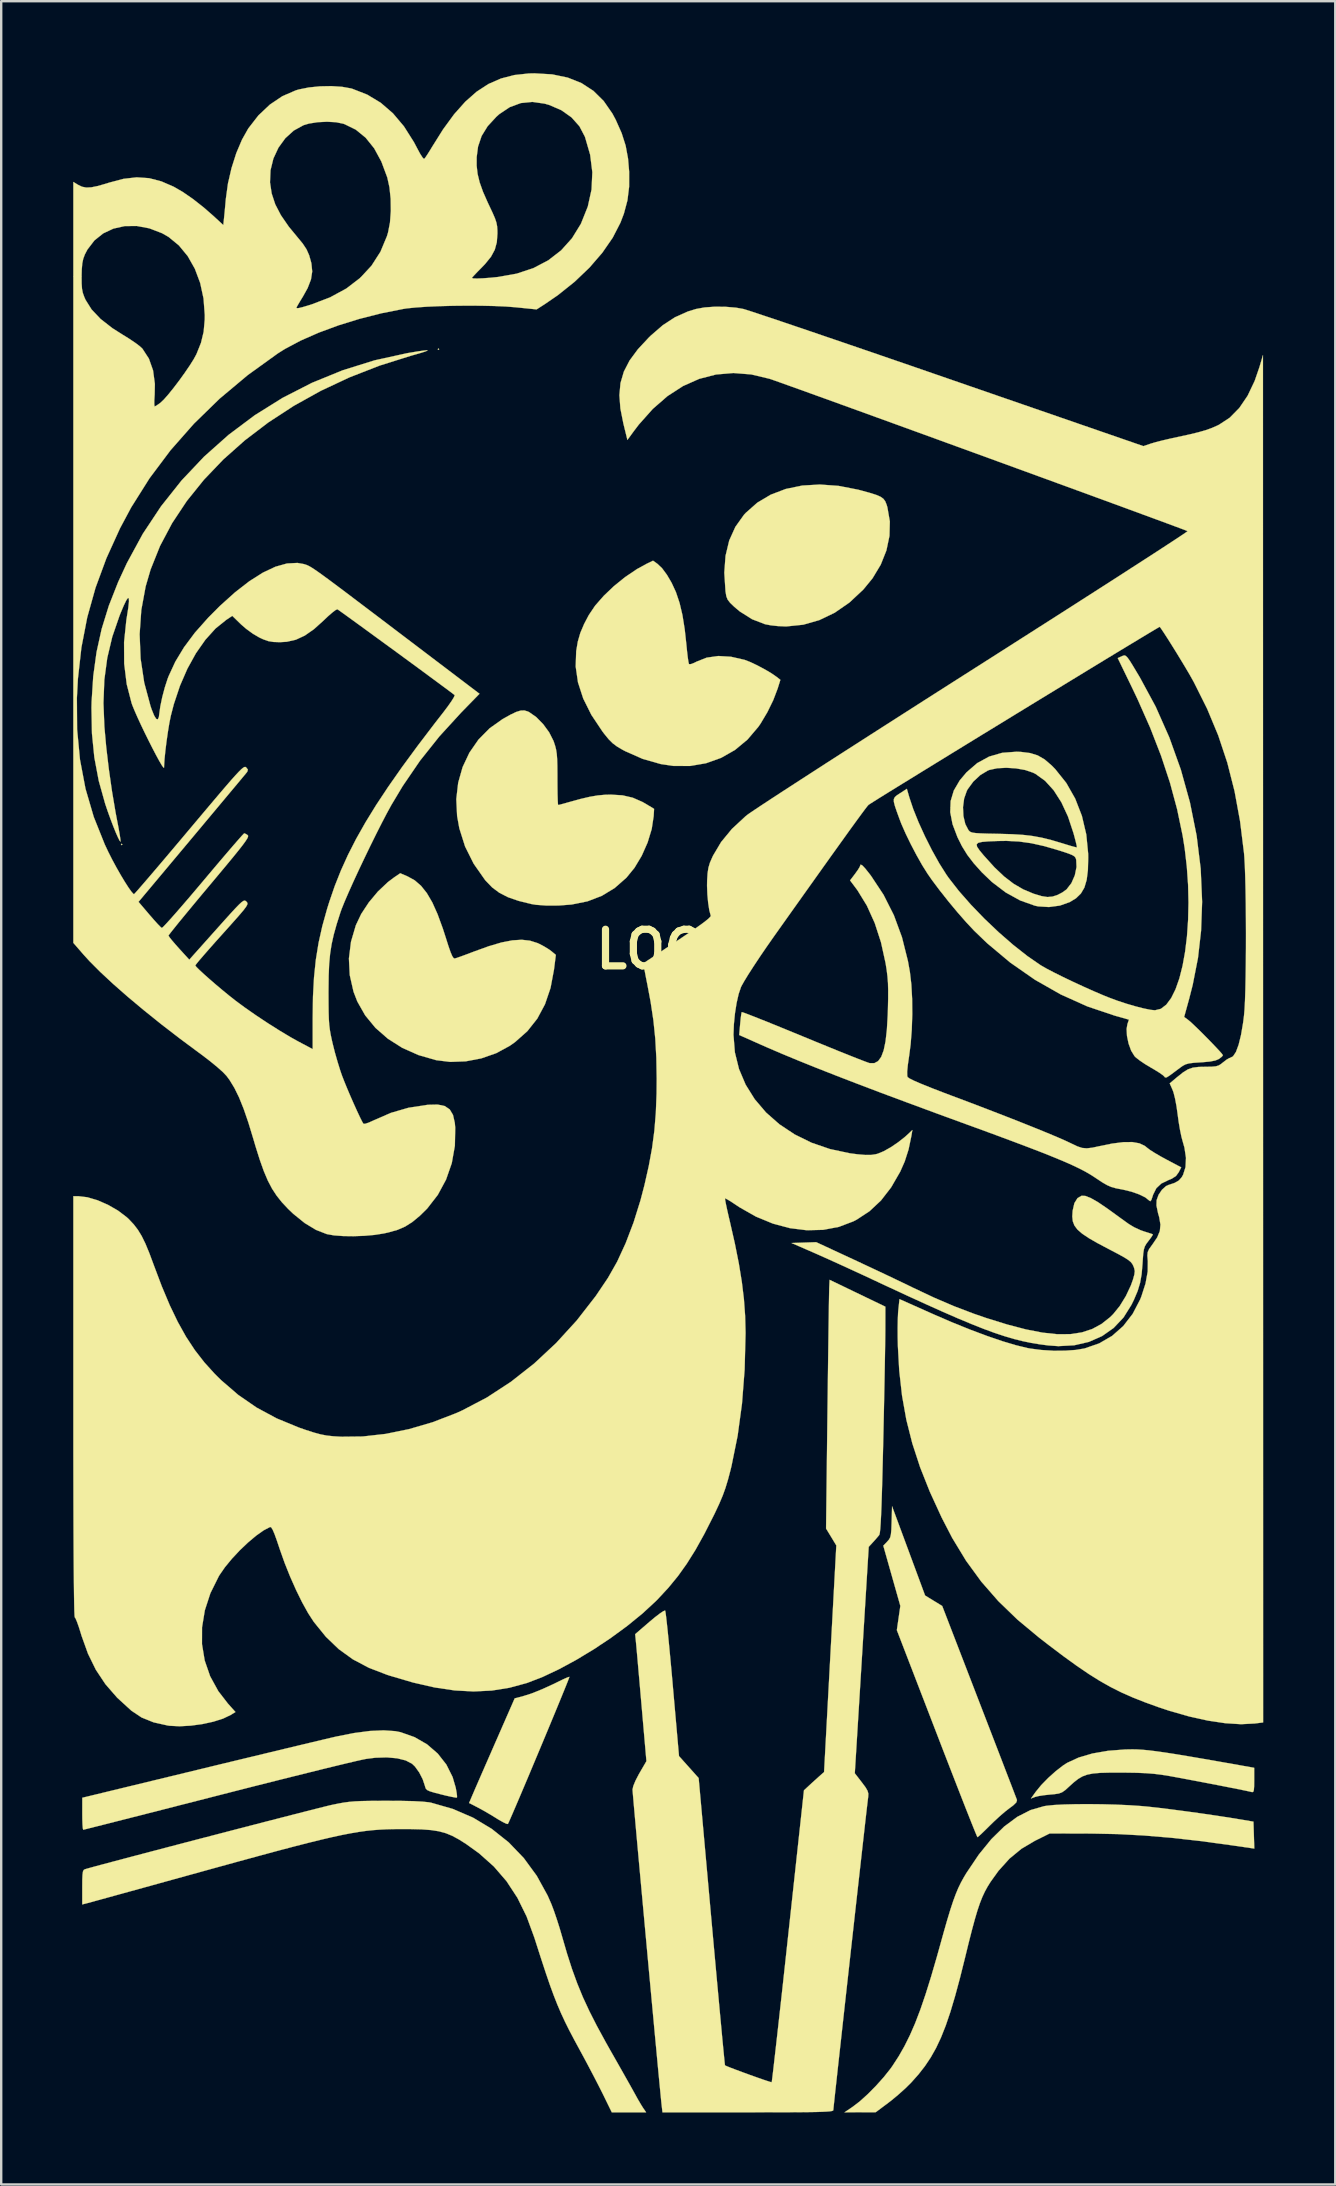
<source format=kicad_pcb>
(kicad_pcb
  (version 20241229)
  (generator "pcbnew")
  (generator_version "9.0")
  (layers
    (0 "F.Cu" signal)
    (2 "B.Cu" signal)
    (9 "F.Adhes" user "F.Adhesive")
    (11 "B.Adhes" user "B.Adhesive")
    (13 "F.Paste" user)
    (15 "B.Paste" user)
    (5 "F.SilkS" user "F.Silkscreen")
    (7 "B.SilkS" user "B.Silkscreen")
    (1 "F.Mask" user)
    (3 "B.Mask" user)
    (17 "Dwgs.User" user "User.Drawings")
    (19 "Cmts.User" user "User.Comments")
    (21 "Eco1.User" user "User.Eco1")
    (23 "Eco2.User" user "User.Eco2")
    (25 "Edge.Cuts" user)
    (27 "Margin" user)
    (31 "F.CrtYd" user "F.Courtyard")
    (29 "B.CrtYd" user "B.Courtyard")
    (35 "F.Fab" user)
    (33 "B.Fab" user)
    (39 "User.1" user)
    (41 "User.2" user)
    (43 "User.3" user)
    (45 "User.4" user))
  (footprint "LOGO"
    (layer "F.Cu")
    (at 24.785 36.493)
    (property "Reference" "LOGO" (at 0 0 0) (layer "F.SilkS") (effects (font (size 1.524 1.524) (thickness 0.3))))
    (attr through_hole)
    (fp_poly (pts (xy -22.736 -4.368) (xy -22.767 -4.337) (xy -22.798 -4.368) (xy -22.767 -4.399) (xy -22.736 -4.368)) (stroke (width 0.01) (type solid)) (fill yes) (layer "F.SilkS"))
    (fp_poly (pts (xy -9.54 -24.997) (xy -9.571 -24.966) (xy -9.602 -24.997) (xy -9.571 -25.028) (xy -9.54 -24.997)) (stroke (width 0.01) (type solid)) (fill yes) (layer "F.SilkS"))
    (fp_poly (pts (xy -4.117 30.307) (xy -4.136 30.366) (xy -4.198 30.527) (xy -4.298 30.776) (xy -4.43 31.1) (xy -4.589 31.488) (xy -4.77 31.926) (xy -4.967 32.401) (xy -5.175 32.9) (xy -5.389 33.412) (xy -5.603 33.922) (xy -5.811 34.419) (xy -6.01 34.889) (xy -6.192 35.319) (xy -6.354 35.698) (xy -6.489 36.012) (xy -6.592 36.248) (xy -6.658 36.393) (xy -6.68 36.436) (xy -6.748 36.423) (xy -6.891 36.354) (xy -7.084 36.244) (xy -7.155 36.199) (xy -7.418 36.038) (xy -7.697 35.876) (xy -7.934 35.747) (xy -7.943 35.742) (xy -8.296 35.561) (xy -8.117 35.142) (xy -8.047 34.979) (xy -7.934 34.72) (xy -7.788 34.385) (xy -7.616 33.991) (xy -7.426 33.557) (xy -7.227 33.101) (xy -7.166 32.963) (xy -6.395 31.202) (xy -6.081 31.122) (xy -5.706 31.004) (xy -5.254 30.823) (xy -4.745 30.59) (xy -4.563 30.5) (xy -4.359 30.401) (xy -4.202 30.332) (xy -4.122 30.306) (xy -4.117 30.307)) (stroke (width 0.01) (type solid)) (fill yes) (layer "F.SilkS"))
    (fp_poly (pts (xy 7.094 -19.304) (xy 7.907 -19.146) (xy 8.03 -19.114) (xy 8.394 -19.014) (xy 8.658 -18.931) (xy 8.84 -18.853) (xy 8.961 -18.768) (xy 9.039 -18.664) (xy 9.095 -18.527) (xy 9.129 -18.414) (xy 9.231 -17.825) (xy 9.216 -17.221) (xy 9.089 -16.616) (xy 8.853 -16.023) (xy 8.511 -15.454) (xy 8.125 -14.983) (xy 7.549 -14.445) (xy 6.936 -14.021) (xy 6.293 -13.712) (xy 5.624 -13.521) (xy 4.934 -13.45) (xy 4.863 -13.45) (xy 4.571 -13.463) (xy 4.275 -13.495) (xy 4.039 -13.54) (xy 4.033 -13.541) (xy 3.493 -13.749) (xy 2.983 -14.071) (xy 2.753 -14.264) (xy 2.579 -14.431) (xy 2.477 -14.562) (xy 2.421 -14.702) (xy 2.389 -14.893) (xy 2.386 -14.911) (xy 2.336 -15.687) (xy 2.388 -16.393) (xy 2.541 -17.03) (xy 2.798 -17.599) (xy 3.156 -18.1) (xy 3.228 -18.178) (xy 3.711 -18.605) (xy 4.27 -18.937) (xy 4.896 -19.175) (xy 5.581 -19.317) (xy 6.316 -19.36) (xy 7.094 -19.304)) (stroke (width 0.01) (type solid)) (fill yes) (layer "F.SilkS"))
    (fp_poly (pts (xy 10.012 25.059) (xy 10.7 26.918) (xy 11.057 27.136) (xy 11.413 27.354) (xy 12.954 31.349) (xy 13.213 32.02) (xy 13.459 32.658) (xy 13.689 33.254) (xy 13.899 33.799) (xy 14.084 34.282) (xy 14.243 34.694) (xy 14.37 35.025) (xy 14.462 35.266) (xy 14.516 35.407) (xy 14.528 35.441) (xy 14.501 35.535) (xy 14.366 35.666) (xy 14.234 35.763) (xy 14.051 35.904) (xy 13.817 36.104) (xy 13.569 36.333) (xy 13.412 36.486) (xy 13.212 36.684) (xy 13.045 36.845) (xy 12.928 36.951) (xy 12.882 36.985) (xy 12.854 36.928) (xy 12.786 36.765) (xy 12.68 36.504) (xy 12.541 36.155) (xy 12.371 35.726) (xy 12.175 35.225) (xy 11.956 34.663) (xy 11.717 34.048) (xy 11.461 33.389) (xy 11.194 32.695) (xy 11.185 32.672) (xy 9.523 28.36) (xy 9.596 27.856) (xy 9.669 27.351) (xy 9.314 26.097) (xy 8.959 24.843) (xy 9.124 24.671) (xy 9.198 24.586) (xy 9.247 24.495) (xy 9.276 24.371) (xy 9.294 24.185) (xy 9.304 23.909) (xy 9.306 23.85) (xy 9.324 23.201) (xy 10.012 25.059)) (stroke (width 0.01) (type solid)) (fill yes) (layer "F.SilkS"))
    (fp_poly (pts (xy -10.85 -3.033) (xy -10.559 -2.872) (xy -10.297 -2.645) (xy -10.055 -2.341) (xy -9.827 -1.951) (xy -9.608 -1.463) (xy -9.39 -0.867) (xy -9.27 -0.496) (xy -9.156 -0.137) (xy -9.068 0.116) (xy -8.999 0.278) (xy -8.944 0.363) (xy -8.896 0.384) (xy -8.892 0.384) (xy -8.798 0.355) (xy -8.615 0.291) (xy -8.369 0.2) (xy -8.087 0.093) (xy -7.473 -0.129) (xy -6.947 -0.284) (xy -6.495 -0.372) (xy -6.104 -0.397) (xy -5.759 -0.359) (xy -5.446 -0.26) (xy -5.386 -0.233) (xy -5.165 -0.117) (xy -4.961 0.009) (xy -4.865 0.08) (xy -4.681 0.233) (xy -4.758 0.844) (xy -4.902 1.61) (xy -5.133 2.289) (xy -5.454 2.888) (xy -5.869 3.412) (xy -6.381 3.866) (xy -6.604 4.023) (xy -7.166 4.328) (xy -7.786 4.544) (xy -8.435 4.667) (xy -9.083 4.691) (xy -9.664 4.619) (xy -10.401 4.407) (xy -11.075 4.108) (xy -11.676 3.727) (xy -12.195 3.273) (xy -12.623 2.753) (xy -12.951 2.175) (xy -13.109 1.766) (xy -13.266 1.075) (xy -13.301 0.383) (xy -13.214 -0.316) (xy -13.012 -1.002) (xy -12.787 -1.475) (xy -12.471 -1.954) (xy -12.093 -2.407) (xy -11.678 -2.799) (xy -11.42 -2.993) (xy -11.163 -3.168) (xy -10.85 -3.033)) (stroke (width 0.01) (type solid)) (fill yes) (layer "F.SilkS"))
    (fp_poly (pts (xy 19.536 33.33) (xy 19.759 33.344) (xy 20.018 33.368) (xy 20.325 33.406) (xy 20.693 33.458) (xy 21.132 33.526) (xy 21.656 33.613) (xy 22.275 33.719) (xy 23.003 33.846) (xy 23.123 33.867) (xy 24.409 34.095) (xy 24.409 34.615) (xy 24.406 34.868) (xy 24.395 35.02) (xy 24.371 35.093) (xy 24.329 35.109) (xy 24.3 35.103) (xy 24.198 35.079) (xy 23.994 35.036) (xy 23.707 34.978) (xy 23.355 34.908) (xy 22.959 34.83) (xy 22.538 34.749) (xy 22.111 34.667) (xy 21.697 34.589) (xy 21.316 34.517) (xy 20.987 34.457) (xy 20.878 34.437) (xy 20.546 34.384) (xy 20.229 34.345) (xy 19.893 34.319) (xy 19.507 34.303) (xy 19.04 34.296) (xy 18.864 34.295) (xy 18.379 34.296) (xy 17.996 34.306) (xy 17.696 34.332) (xy 17.456 34.379) (xy 17.257 34.452) (xy 17.078 34.557) (xy 16.896 34.699) (xy 16.711 34.866) (xy 16.54 35.022) (xy 16.407 35.115) (xy 16.268 35.167) (xy 16.078 35.195) (xy 15.914 35.209) (xy 15.66 35.236) (xy 15.434 35.271) (xy 15.283 35.308) (xy 15.275 35.311) (xy 15.109 35.374) (xy 15.314 35.088) (xy 15.541 34.811) (xy 15.833 34.513) (xy 16.151 34.228) (xy 16.458 33.991) (xy 16.621 33.887) (xy 17.097 33.668) (xy 17.671 33.499) (xy 18.324 33.386) (xy 19.039 33.331) (xy 19.337 33.326) (xy 19.536 33.33)) (stroke (width 0.01) (type solid)) (fill yes) (layer "F.SilkS"))
    (fp_poly (pts (xy -0.447 -16.055) (xy -0.256 -15.873) (xy -0.054 -15.6) (xy 0.142 -15.265) (xy 0.313 -14.896) (xy 0.326 -14.864) (xy 0.473 -14.426) (xy 0.592 -13.923) (xy 0.686 -13.336) (xy 0.754 -12.716) (xy 0.784 -12.414) (xy 0.814 -12.158) (xy 0.842 -11.972) (xy 0.864 -11.881) (xy 0.866 -11.878) (xy 0.939 -11.878) (xy 1.08 -11.931) (xy 1.185 -11.984) (xy 1.603 -12.149) (xy 2.085 -12.217) (xy 2.615 -12.186) (xy 3.181 -12.057) (xy 3.19 -12.054) (xy 3.424 -11.963) (xy 3.716 -11.824) (xy 4.025 -11.659) (xy 4.307 -11.492) (xy 4.52 -11.344) (xy 4.672 -11.224) (xy 4.559 -10.862) (xy 4.376 -10.381) (xy 4.128 -9.874) (xy 3.844 -9.397) (xy 3.752 -9.265) (xy 3.302 -8.736) (xy 2.782 -8.304) (xy 2.202 -7.974) (xy 1.574 -7.75) (xy 0.91 -7.636) (xy 0.222 -7.637) (xy -0.31 -7.716) (xy -1.065 -7.931) (xy -1.789 -8.251) (xy -1.904 -8.312) (xy -2.132 -8.446) (xy -2.313 -8.582) (xy -2.481 -8.749) (xy -2.669 -8.98) (xy -2.74 -9.074) (xy -3.202 -9.766) (xy -3.541 -10.446) (xy -3.759 -11.117) (xy -3.855 -11.78) (xy -3.833 -12.423) (xy -3.766 -12.819) (xy -3.661 -13.181) (xy -3.502 -13.555) (xy -3.31 -13.92) (xy -3.045 -14.314) (xy -2.686 -14.724) (xy -2.26 -15.13) (xy -1.791 -15.508) (xy -1.305 -15.836) (xy -0.908 -16.054) (xy -0.633 -16.187) (xy -0.447 -16.055)) (stroke (width 0.01) (type solid)) (fill yes) (layer "F.SilkS"))
    (fp_poly (pts (xy -5.848 -9.906) (xy -5.789 -9.877) (xy -5.495 -9.67) (xy -5.208 -9.377) (xy -4.96 -9.037) (xy -4.782 -8.687) (xy -4.761 -8.63) (xy -4.707 -8.464) (xy -4.669 -8.309) (xy -4.643 -8.138) (xy -4.627 -7.927) (xy -4.619 -7.652) (xy -4.616 -7.287) (xy -4.616 -7.109) (xy -4.614 -6.755) (xy -4.61 -6.449) (xy -4.603 -6.209) (xy -4.594 -6.057) (xy -4.585 -6.009) (xy -4.514 -6.025) (xy -4.357 -6.067) (xy -4.145 -6.127) (xy -4.12 -6.134) (xy -3.651 -6.263) (xy -3.267 -6.353) (xy -2.937 -6.409) (xy -2.63 -6.437) (xy -2.393 -6.443) (xy -1.903 -6.413) (xy -1.478 -6.315) (xy -1.074 -6.138) (xy -0.929 -6.055) (xy -0.589 -5.85) (xy -0.607 -5.542) (xy -0.688 -5.008) (xy -0.859 -4.448) (xy -1.103 -3.897) (xy -1.405 -3.394) (xy -1.741 -2.983) (xy -2.23 -2.553) (xy -2.766 -2.227) (xy -3.36 -1.999) (xy -4.023 -1.865) (xy -4.553 -1.824) (xy -5.078 -1.822) (xy -5.506 -1.853) (xy -5.7 -1.885) (xy -6.237 -2.018) (xy -6.674 -2.169) (xy -7.032 -2.352) (xy -7.334 -2.577) (xy -7.603 -2.856) (xy -7.633 -2.892) (xy -8.105 -3.566) (xy -8.462 -4.281) (xy -8.701 -5.036) (xy -8.794 -5.551) (xy -8.828 -6.255) (xy -8.749 -6.939) (xy -8.565 -7.589) (xy -8.281 -8.192) (xy -7.903 -8.737) (xy -7.437 -9.208) (xy -6.903 -9.587) (xy -6.579 -9.769) (xy -6.335 -9.886) (xy -6.146 -9.944) (xy -5.991 -9.949) (xy -5.848 -9.906)) (stroke (width 0.01) (type solid)) (fill yes) (layer "F.SilkS"))
    (fp_poly (pts (xy -11.371 32.568) (xy -11.151 32.611) (xy -10.565 32.818) (xy -10.044 33.119) (xy -9.599 33.504) (xy -9.242 33.96) (xy -8.982 34.479) (xy -8.852 34.923) (xy -8.815 35.127) (xy -8.797 35.276) (xy -8.801 35.336) (xy -8.868 35.333) (xy -9.029 35.303) (xy -9.258 35.253) (xy -9.46 35.203) (xy -9.743 35.13) (xy -9.928 35.074) (xy -10.038 35.023) (xy -10.096 34.966) (xy -10.125 34.89) (xy -10.134 34.852) (xy -10.228 34.57) (xy -10.375 34.284) (xy -10.55 34.042) (xy -10.671 33.926) (xy -10.936 33.788) (xy -11.295 33.699) (xy -11.725 33.661) (xy -12.206 33.676) (xy -12.582 33.724) (xy -12.737 33.755) (xy -13.002 33.814) (xy -13.368 33.9) (xy -13.824 34.01) (xy -14.362 34.141) (xy -14.971 34.292) (xy -15.642 34.459) (xy -16.365 34.64) (xy -17.131 34.833) (xy -17.929 35.036) (xy -18.75 35.246) (xy -18.777 35.253) (xy -19.583 35.459) (xy -20.355 35.656) (xy -21.084 35.843) (xy -21.762 36.016) (xy -22.38 36.173) (xy -22.93 36.313) (xy -23.404 36.434) (xy -23.793 36.532) (xy -24.088 36.606) (xy -24.282 36.655) (xy -24.366 36.675) (xy -24.368 36.675) (xy -24.385 36.617) (xy -24.398 36.461) (xy -24.406 36.231) (xy -24.408 36.009) (xy -24.407 35.343) (xy -19.56 34.169) (xy -18.781 33.98) (xy -18.018 33.796) (xy -17.282 33.619) (xy -16.585 33.451) (xy -15.938 33.295) (xy -15.352 33.155) (xy -14.838 33.032) (xy -14.409 32.93) (xy -14.075 32.851) (xy -13.848 32.798) (xy -13.815 32.791) (xy -13.087 32.647) (xy -12.43 32.561) (xy -11.854 32.535) (xy -11.371 32.568)) (stroke (width 0.01) (type solid)) (fill yes) (layer "F.SilkS"))
    (fp_poly (pts (xy 18.08 35.614) (xy 18.645 35.629) (xy 19.186 35.653) (xy 19.681 35.686) (xy 19.948 35.71) (xy 20.416 35.761) (xy 20.973 35.83) (xy 21.589 35.911) (xy 22.231 36) (xy 22.867 36.093) (xy 23.466 36.186) (xy 23.913 36.259) (xy 24.378 36.338) (xy 24.413 37.46) (xy 23.435 37.318) (xy 22.146 37.143) (xy 20.948 37.009) (xy 19.819 36.915) (xy 18.735 36.857) (xy 17.671 36.835) (xy 17.594 36.835) (xy 15.89 36.83) (xy 15.272 37.137) (xy 14.713 37.468) (xy 14.213 37.88) (xy 13.755 38.389) (xy 13.429 38.843) (xy 13.302 39.046) (xy 13.189 39.253) (xy 13.084 39.477) (xy 12.983 39.734) (xy 12.88 40.039) (xy 12.771 40.407) (xy 12.651 40.852) (xy 12.514 41.389) (xy 12.364 42.003) (xy 12.15 42.861) (xy 11.948 43.609) (xy 11.754 44.261) (xy 11.561 44.829) (xy 11.364 45.326) (xy 11.157 45.766) (xy 10.935 46.16) (xy 10.692 46.523) (xy 10.423 46.868) (xy 10.121 47.206) (xy 10.112 47.216) (xy 9.871 47.454) (xy 9.577 47.717) (xy 9.282 47.962) (xy 9.172 48.046) (xy 8.642 48.443) (xy 7.993 48.445) (xy 7.343 48.446) (xy 7.683 48.217) (xy 7.977 47.992) (xy 8.31 47.691) (xy 8.654 47.343) (xy 8.98 46.979) (xy 9.26 46.626) (xy 9.344 46.508) (xy 9.602 46.11) (xy 9.841 45.69) (xy 10.067 45.236) (xy 10.286 44.733) (xy 10.502 44.168) (xy 10.721 43.527) (xy 10.949 42.798) (xy 11.191 41.966) (xy 11.302 41.569) (xy 11.474 40.95) (xy 11.622 40.434) (xy 11.751 40.008) (xy 11.867 39.655) (xy 11.976 39.359) (xy 12.082 39.105) (xy 12.192 38.878) (xy 12.311 38.661) (xy 12.419 38.481) (xy 12.936 37.712) (xy 13.461 37.066) (xy 13.995 36.542) (xy 14.538 36.139) (xy 15.092 35.856) (xy 15.658 35.693) (xy 15.767 35.676) (xy 16.08 35.644) (xy 16.492 35.623) (xy 16.979 35.611) (xy 17.517 35.608) (xy 18.08 35.614)) (stroke (width 0.01) (type solid)) (fill yes) (layer "F.SilkS"))
    (fp_poly (pts (xy 17.377 10.274) (xy 17.605 10.364) (xy 17.908 10.537) (xy 18.291 10.798) (xy 18.361 10.848) (xy 18.62 11.036) (xy 18.875 11.221) (xy 19.089 11.375) (xy 19.184 11.444) (xy 19.41 11.579) (xy 19.678 11.702) (xy 19.813 11.75) (xy 20.004 11.81) (xy 20.141 11.855) (xy 20.188 11.873) (xy 20.166 11.926) (xy 20.085 12.044) (xy 20.004 12.15) (xy 19.913 12.271) (xy 19.852 12.38) (xy 19.812 12.508) (xy 19.786 12.685) (xy 19.767 12.941) (xy 19.757 13.097) (xy 19.72 13.532) (xy 19.656 13.894) (xy 19.554 14.233) (xy 19.399 14.599) (xy 19.294 14.813) (xy 18.965 15.338) (xy 18.556 15.772) (xy 18.072 16.112) (xy 17.522 16.354) (xy 16.912 16.495) (xy 16.25 16.531) (xy 15.829 16.501) (xy 15.47 16.454) (xy 15.119 16.396) (xy 14.766 16.323) (xy 14.401 16.232) (xy 14.015 16.118) (xy 13.598 15.98) (xy 13.141 15.812) (xy 12.635 15.611) (xy 12.069 15.375) (xy 11.434 15.098) (xy 10.722 14.778) (xy 9.921 14.412) (xy 9.023 13.995) (xy 8.611 13.802) (xy 8.134 13.579) (xy 7.64 13.351) (xy 7.156 13.129) (xy 6.708 12.926) (xy 6.322 12.753) (xy 6.053 12.634) (xy 5.136 12.235) (xy 5.65 12.218) (xy 6.164 12.2) (xy 7.713 12.919) (xy 8.183 13.139) (xy 8.674 13.369) (xy 9.157 13.597) (xy 9.603 13.81) (xy 9.985 13.993) (xy 10.191 14.094) (xy 11.078 14.512) (xy 11.911 14.869) (xy 12.731 15.181) (xy 13.254 15.361) (xy 14.125 15.631) (xy 14.901 15.834) (xy 15.591 15.968) (xy 16.203 16.034) (xy 16.747 16.031) (xy 17.23 15.958) (xy 17.661 15.817) (xy 18.05 15.606) (xy 18.405 15.325) (xy 18.534 15.198) (xy 18.808 14.86) (xy 19.063 14.445) (xy 19.272 14.001) (xy 19.361 13.752) (xy 19.418 13.545) (xy 19.434 13.404) (xy 19.408 13.278) (xy 19.374 13.19) (xy 19.329 13.102) (xy 19.263 13.022) (xy 19.157 12.936) (xy 18.995 12.833) (xy 18.759 12.702) (xy 18.433 12.531) (xy 18.354 12.49) (xy 17.884 12.241) (xy 17.517 12.03) (xy 17.242 11.845) (xy 17.046 11.674) (xy 16.92 11.506) (xy 16.852 11.328) (xy 16.831 11.129) (xy 16.846 10.897) (xy 16.846 10.891) (xy 16.919 10.573) (xy 17.05 10.363) (xy 17.221 10.266) (xy 17.377 10.274)) (stroke (width 0.01) (type solid)) (fill yes) (layer "F.SilkS"))
    (fp_poly (pts (xy 14.697 -8.222) (xy 15.076 -8.174) (xy 15.391 -8.076) (xy 15.678 -7.91) (xy 15.97 -7.659) (xy 16.121 -7.505) (xy 16.581 -6.93) (xy 16.953 -6.275) (xy 17.232 -5.556) (xy 17.414 -4.785) (xy 17.493 -3.978) (xy 17.495 -3.81) (xy 17.482 -3.3) (xy 17.431 -2.893) (xy 17.336 -2.573) (xy 17.189 -2.322) (xy 16.985 -2.124) (xy 16.725 -1.966) (xy 16.315 -1.821) (xy 15.859 -1.76) (xy 15.408 -1.788) (xy 15.271 -1.817) (xy 14.661 -2.034) (xy 14.06 -2.366) (xy 13.483 -2.804) (xy 13.063 -3.207) (xy 12.724 -3.586) (xy 12.459 -3.933) (xy 12.24 -4.287) (xy 12.197 -4.373) (xy 12.846 -4.373) (xy 12.865 -4.273) (xy 12.962 -4.128) (xy 13.127 -3.928) (xy 13.152 -3.899) (xy 13.588 -3.416) (xy 13.993 -3.032) (xy 14.385 -2.731) (xy 14.783 -2.498) (xy 15.208 -2.32) (xy 15.24 -2.309) (xy 15.553 -2.215) (xy 15.795 -2.177) (xy 16.005 -2.195) (xy 16.217 -2.264) (xy 16.41 -2.364) (xy 16.577 -2.483) (xy 16.593 -2.496) (xy 16.794 -2.755) (xy 16.937 -3.081) (xy 17.008 -3.427) (xy 16.995 -3.724) (xy 16.971 -3.804) (xy 16.923 -3.868) (xy 16.829 -3.926) (xy 16.668 -3.991) (xy 16.418 -4.074) (xy 16.284 -4.117) (xy 15.668 -4.297) (xy 15.122 -4.419) (xy 14.608 -4.49) (xy 14.088 -4.516) (xy 13.733 -4.511) (xy 13.348 -4.496) (xy 13.078 -4.474) (xy 12.914 -4.436) (xy 12.846 -4.373) (xy 12.197 -4.373) (xy 12.05 -4.666) (xy 11.843 -5.212) (xy 11.747 -5.711) (xy 11.755 -5.919) (xy 12.279 -5.919) (xy 12.296 -5.551) (xy 12.375 -5.217) (xy 12.503 -4.97) (xy 12.545 -4.922) (xy 12.598 -4.885) (xy 12.68 -4.859) (xy 12.81 -4.841) (xy 13.004 -4.829) (xy 13.282 -4.819) (xy 13.66 -4.812) (xy 13.785 -4.809) (xy 14.324 -4.794) (xy 14.776 -4.766) (xy 15.177 -4.719) (xy 15.561 -4.649) (xy 15.967 -4.548) (xy 16.429 -4.411) (xy 16.541 -4.376) (xy 16.761 -4.309) (xy 16.93 -4.263) (xy 17.018 -4.244) (xy 17.024 -4.245) (xy 17.017 -4.307) (xy 16.981 -4.462) (xy 16.924 -4.683) (xy 16.881 -4.84) (xy 16.653 -5.528) (xy 16.376 -6.125) (xy 16.056 -6.624) (xy 15.698 -7.018) (xy 15.306 -7.301) (xy 15.194 -7.358) (xy 14.87 -7.468) (xy 14.486 -7.536) (xy 14.084 -7.561) (xy 13.704 -7.541) (xy 13.385 -7.473) (xy 13.313 -7.446) (xy 12.999 -7.257) (xy 12.707 -6.985) (xy 12.475 -6.668) (xy 12.439 -6.602) (xy 12.326 -6.282) (xy 12.279 -5.919) (xy 11.755 -5.919) (xy 11.764 -6.174) (xy 11.896 -6.613) (xy 12.144 -7.037) (xy 12.428 -7.374) (xy 12.872 -7.757) (xy 13.367 -8.027) (xy 13.913 -8.185) (xy 14.511 -8.23) (xy 14.697 -8.222)) (stroke (width 0.01) (type solid)) (fill yes) (layer "F.SilkS"))
    (fp_poly (pts (xy -11.123 35.473) (xy -10.625 35.484) (xy -10.243 35.504) (xy -9.971 35.532) (xy -9.881 35.548) (xy -8.974 35.808) (xy -8.128 36.173) (xy -7.35 36.64) (xy -6.644 37.202) (xy -6.017 37.855) (xy -5.475 38.595) (xy -5.024 39.415) (xy -4.864 39.78) (xy -4.762 40.051) (xy -4.644 40.396) (xy -4.525 40.77) (xy -4.427 41.106) (xy -4.217 41.827) (xy -4.009 42.474) (xy -3.792 43.072) (xy -3.555 43.65) (xy -3.284 44.234) (xy -2.97 44.851) (xy -2.601 45.528) (xy -2.402 45.882) (xy -2.174 46.282) (xy -1.953 46.672) (xy -1.75 47.031) (xy -1.577 47.338) (xy -1.447 47.572) (xy -1.392 47.671) (xy -1.263 47.904) (xy -1.139 48.115) (xy -1.047 48.263) (xy -1.038 48.275) (xy -0.921 48.446) (xy -2.351 48.446) (xy -2.722 47.687) (xy -2.878 47.377) (xy -3.075 46.994) (xy -3.295 46.574) (xy -3.52 46.152) (xy -3.687 45.844) (xy -3.92 45.414) (xy -4.123 45.028) (xy -4.302 44.668) (xy -4.465 44.317) (xy -4.619 43.957) (xy -4.771 43.571) (xy -4.928 43.142) (xy -5.096 42.652) (xy -5.283 42.083) (xy -5.496 41.42) (xy -5.577 41.167) (xy -5.899 40.288) (xy -6.282 39.51) (xy -6.734 38.82) (xy -7.264 38.206) (xy -7.881 37.656) (xy -8.416 37.271) (xy -8.721 37.078) (xy -8.997 36.929) (xy -9.267 36.818) (xy -9.554 36.74) (xy -9.88 36.689) (xy -10.269 36.66) (xy -10.743 36.648) (xy -11.12 36.647) (xy -11.428 36.649) (xy -11.719 36.656) (xy -12.002 36.67) (xy -12.286 36.691) (xy -12.579 36.722) (xy -12.89 36.766) (xy -13.227 36.823) (xy -13.599 36.895) (xy -14.014 36.985) (xy -14.48 37.094) (xy -15.007 37.224) (xy -15.602 37.377) (xy -16.274 37.554) (xy -17.032 37.759) (xy -17.884 37.991) (xy -18.839 38.254) (xy -19.855 38.535) (xy -20.558 38.729) (xy -21.229 38.915) (xy -21.858 39.089) (xy -22.435 39.248) (xy -22.95 39.39) (xy -23.392 39.512) (xy -23.753 39.611) (xy -24.021 39.685) (xy -24.188 39.73) (xy -24.238 39.744) (xy -24.409 39.786) (xy -24.409 39.071) (xy -24.407 38.76) (xy -24.398 38.551) (xy -24.381 38.423) (xy -24.351 38.354) (xy -24.305 38.324) (xy -24.3 38.322) (xy -24.168 38.284) (xy -23.927 38.217) (xy -23.589 38.126) (xy -23.165 38.013) (xy -22.667 37.881) (xy -22.107 37.733) (xy -21.495 37.572) (xy -20.844 37.401) (xy -20.165 37.223) (xy -19.468 37.041) (xy -18.767 36.859) (xy -18.072 36.678) (xy -17.394 36.502) (xy -16.746 36.334) (xy -16.138 36.178) (xy -15.583 36.035) (xy -15.09 35.909) (xy -14.673 35.803) (xy -14.343 35.72) (xy -14.111 35.663) (xy -14.001 35.638) (xy -13.743 35.585) (xy -13.517 35.544) (xy -13.299 35.515) (xy -13.066 35.494) (xy -12.793 35.481) (xy -12.458 35.474) (xy -12.037 35.471) (xy -11.74 35.47) (xy -11.123 35.473)) (stroke (width 0.01) (type solid)) (fill yes) (layer "F.SilkS"))
    (fp_poly (pts (xy 8.083 -3.496) (xy 8.206 -3.367) (xy 8.387 -3.14) (xy 8.446 -3.062) (xy 8.971 -2.268) (xy 9.4 -1.418) (xy 9.737 -0.501) (xy 9.986 0.493) (xy 10.067 0.947) (xy 10.127 1.464) (xy 10.16 2.062) (xy 10.166 2.704) (xy 10.145 3.351) (xy 10.097 3.963) (xy 10.038 4.417) (xy 9.981 4.812) (xy 9.953 5.094) (xy 9.956 5.268) (xy 9.971 5.322) (xy 10.051 5.381) (xy 10.246 5.478) (xy 10.555 5.611) (xy 10.976 5.781) (xy 11.505 5.985) (xy 11.815 6.102) (xy 12.589 6.393) (xy 13.334 6.678) (xy 14.037 6.95) (xy 14.689 7.206) (xy 15.277 7.441) (xy 15.792 7.651) (xy 16.223 7.832) (xy 16.558 7.979) (xy 16.778 8.083) (xy 17.035 8.206) (xy 17.239 8.274) (xy 17.435 8.291) (xy 17.667 8.264) (xy 17.923 8.209) (xy 18.489 8.093) (xy 18.955 8.034) (xy 19.332 8.03) (xy 19.629 8.083) (xy 19.858 8.193) (xy 19.94 8.26) (xy 20.061 8.352) (xy 20.262 8.481) (xy 20.514 8.628) (xy 20.736 8.749) (xy 21.369 9.084) (xy 21.263 9.29) (xy 21.15 9.444) (xy 20.974 9.558) (xy 20.841 9.612) (xy 20.538 9.759) (xy 20.332 9.953) (xy 20.199 10.219) (xy 20.179 10.282) (xy 20.126 10.44) (xy 20.081 10.495) (xy 20.031 10.463) (xy 20.028 10.46) (xy 19.869 10.333) (xy 19.615 10.209) (xy 19.297 10.097) (xy 18.944 10.011) (xy 18.878 9.999) (xy 18.642 9.953) (xy 18.453 9.899) (xy 18.275 9.821) (xy 18.072 9.703) (xy 17.81 9.529) (xy 17.775 9.505) (xy 17.588 9.385) (xy 17.375 9.261) (xy 17.127 9.132) (xy 16.833 8.992) (xy 16.487 8.839) (xy 16.079 8.669) (xy 15.601 8.477) (xy 15.043 8.262) (xy 14.398 8.018) (xy 13.656 7.742) (xy 12.808 7.431) (xy 12.483 7.313) (xy 11.173 6.834) (xy 9.975 6.391) (xy 8.88 5.983) (xy 7.884 5.605) (xy 6.98 5.256) (xy 6.16 4.934) (xy 5.419 4.635) (xy 4.749 4.357) (xy 4.145 4.098) (xy 3.879 3.981) (xy 2.957 3.571) (xy 2.997 3.107) (xy 3.019 2.88) (xy 3.042 2.707) (xy 3.061 2.62) (xy 3.063 2.616) (xy 3.124 2.633) (xy 3.288 2.693) (xy 3.543 2.792) (xy 3.878 2.925) (xy 4.28 3.086) (xy 4.739 3.273) (xy 5.242 3.479) (xy 5.65 3.647) (xy 6.187 3.868) (xy 6.694 4.075) (xy 7.158 4.264) (xy 7.568 4.428) (xy 7.91 4.563) (xy 8.171 4.664) (xy 8.34 4.726) (xy 8.397 4.743) (xy 8.585 4.743) (xy 8.743 4.658) (xy 8.872 4.481) (xy 8.975 4.208) (xy 9.053 3.832) (xy 9.108 3.347) (xy 9.143 2.748) (xy 9.151 2.509) (xy 9.161 2.058) (xy 9.162 1.7) (xy 9.154 1.402) (xy 9.133 1.135) (xy 9.1 0.865) (xy 9.053 0.572) (xy 8.863 -0.292) (xy 8.602 -1.094) (xy 8.275 -1.818) (xy 7.889 -2.448) (xy 7.831 -2.528) (xy 7.574 -2.87) (xy 7.783 -3.143) (xy 7.898 -3.304) (xy 7.974 -3.428) (xy 7.992 -3.474) (xy 8.014 -3.53) (xy 8.083 -3.496)) (stroke (width 0.01) (type solid)) (fill yes) (layer "F.SilkS"))
    (fp_poly (pts (xy 19.064 -12.219) (xy 19.132 -12.151) (xy 19.223 -12.024) (xy 19.348 -11.824) (xy 19.518 -11.54) (xy 19.648 -11.322) (xy 20.305 -10.107) (xy 20.874 -8.823) (xy 21.352 -7.487) (xy 21.732 -6.12) (xy 22.01 -4.737) (xy 22.18 -3.358) (xy 22.239 -2) (xy 22.239 -1.96) (xy 22.196 -0.772) (xy 22.067 0.362) (xy 21.847 1.483) (xy 21.704 2.044) (xy 21.491 2.819) (xy 21.66 2.943) (xy 21.764 3.03) (xy 21.923 3.179) (xy 22.121 3.37) (xy 22.338 3.587) (xy 22.559 3.811) (xy 22.763 4.023) (xy 22.935 4.206) (xy 23.055 4.341) (xy 23.106 4.41) (xy 23.107 4.413) (xy 23.061 4.474) (xy 22.949 4.562) (xy 22.94 4.567) (xy 22.794 4.631) (xy 22.566 4.676) (xy 22.238 4.706) (xy 22.175 4.709) (xy 21.888 4.728) (xy 21.689 4.754) (xy 21.547 4.794) (xy 21.426 4.859) (xy 21.336 4.923) (xy 21.142 5.068) (xy 20.95 5.211) (xy 20.9 5.248) (xy 20.765 5.335) (xy 20.693 5.339) (xy 20.675 5.312) (xy 20.61 5.248) (xy 20.462 5.143) (xy 20.254 5.014) (xy 20.109 4.93) (xy 19.859 4.78) (xy 19.636 4.629) (xy 19.472 4.5) (xy 19.423 4.45) (xy 19.283 4.222) (xy 19.176 3.928) (xy 19.11 3.611) (xy 19.094 3.316) (xy 19.129 3.112) (xy 19.192 2.931) (xy 18.594 2.762) (xy 17.46 2.38) (xy 16.351 1.881) (xy 15.277 1.27) (xy 14.249 0.555) (xy 13.277 -0.26) (xy 12.743 -0.774) (xy 12.414 -1.125) (xy 12.047 -1.544) (xy 11.669 -1.999) (xy 11.306 -2.458) (xy 10.986 -2.885) (xy 10.802 -3.149) (xy 10.582 -3.5) (xy 10.344 -3.921) (xy 10.107 -4.373) (xy 9.891 -4.817) (xy 9.715 -5.217) (xy 9.648 -5.39) (xy 9.524 -5.729) (xy 9.441 -5.973) (xy 9.399 -6.142) (xy 9.398 -6.257) (xy 9.439 -6.339) (xy 9.52 -6.411) (xy 9.643 -6.492) (xy 9.648 -6.495) (xy 9.94 -6.685) (xy 10.042 -6.332) (xy 10.206 -5.841) (xy 10.429 -5.287) (xy 10.696 -4.702) (xy 10.988 -4.122) (xy 11.29 -3.58) (xy 11.586 -3.111) (xy 11.678 -2.979) (xy 12.106 -2.43) (xy 12.613 -1.853) (xy 13.175 -1.271) (xy 13.77 -0.706) (xy 14.373 -0.181) (xy 14.961 0.282) (xy 15.51 0.661) (xy 15.522 0.668) (xy 15.746 0.797) (xy 16.06 0.962) (xy 16.44 1.151) (xy 16.862 1.353) (xy 17.301 1.556) (xy 17.733 1.749) (xy 18.133 1.92) (xy 18.338 2.003) (xy 18.702 2.139) (xy 19.087 2.266) (xy 19.466 2.377) (xy 19.812 2.465) (xy 20.095 2.522) (xy 20.276 2.54) (xy 20.52 2.48) (xy 20.746 2.307) (xy 20.951 2.031) (xy 21.133 1.663) (xy 21.292 1.211) (xy 21.425 0.686) (xy 21.531 0.099) (xy 21.609 -0.542) (xy 21.656 -1.227) (xy 21.672 -1.945) (xy 21.655 -2.686) (xy 21.602 -3.441) (xy 21.514 -4.199) (xy 21.428 -4.736) (xy 21.197 -5.841) (xy 20.899 -6.945) (xy 20.529 -8.064) (xy 20.08 -9.22) (xy 19.545 -10.429) (xy 19.3 -10.943) (xy 18.725 -12.13) (xy 18.885 -12.203) (xy 18.952 -12.232) (xy 19.008 -12.242) (xy 19.064 -12.219)) (stroke (width 0.01) (type solid)) (fill yes) (layer "F.SilkS"))
    (fp_poly (pts (xy 9.045 14.887) (xy 9.043 15.854) (xy 9.041 16.095) (xy 9.036 16.446) (xy 9.029 16.891) (xy 9.02 17.416) (xy 9.009 18.006) (xy 8.996 18.646) (xy 8.982 19.323) (xy 8.967 20.02) (xy 8.955 20.556) (xy 8.935 21.382) (xy 8.917 22.091) (xy 8.899 22.69) (xy 8.883 23.187) (xy 8.866 23.588) (xy 8.85 23.9) (xy 8.834 24.131) (xy 8.817 24.286) (xy 8.8 24.375) (xy 8.79 24.397) (xy 8.697 24.509) (xy 8.567 24.658) (xy 8.531 24.696) (xy 8.352 24.891) (xy 8.062 29.607) (xy 7.772 34.323) (xy 8.067 34.704) (xy 8.219 34.908) (xy 8.303 35.053) (xy 8.336 35.171) (xy 8.33 35.297) (xy 8.329 35.307) (xy 8.317 35.406) (xy 8.292 35.616) (xy 8.256 35.927) (xy 8.21 36.33) (xy 8.156 36.813) (xy 8.093 37.369) (xy 8.024 37.986) (xy 7.949 38.654) (xy 7.869 39.365) (xy 7.786 40.107) (xy 7.701 40.871) (xy 7.614 41.648) (xy 7.528 42.427) (xy 7.442 43.198) (xy 7.358 43.952) (xy 7.278 44.678) (xy 7.202 45.368) (xy 7.131 46.01) (xy 7.066 46.595) (xy 7.01 47.113) (xy 6.961 47.554) (xy 6.923 47.908) (xy 6.895 48.166) (xy 6.88 48.318) (xy 6.877 48.355) (xy 6.864 48.375) (xy 6.819 48.391) (xy 6.733 48.405) (xy 6.598 48.416) (xy 6.403 48.425) (xy 6.141 48.433) (xy 5.801 48.438) (xy 5.376 48.442) (xy 4.856 48.444) (xy 4.232 48.445) (xy 3.495 48.446) (xy 3.319 48.446) (xy -0.239 48.446) (xy -0.277 48.121) (xy -0.292 47.979) (xy -0.316 47.729) (xy -0.35 47.381) (xy -0.392 46.945) (xy -0.441 46.43) (xy -0.495 45.847) (xy -0.556 45.206) (xy -0.62 44.515) (xy -0.688 43.787) (xy -0.758 43.03) (xy -0.83 42.254) (xy -0.902 41.469) (xy -0.974 40.686) (xy -1.045 39.914) (xy -1.114 39.164) (xy -1.18 38.444) (xy -1.242 37.766) (xy -1.299 37.139) (xy -1.35 36.573) (xy -1.394 36.078) (xy -1.431 35.664) (xy -1.459 35.341) (xy -1.478 35.119) (xy -1.486 35.008) (xy -1.487 34.999) (xy -1.454 34.852) (xy -1.365 34.634) (xy -1.231 34.375) (xy -1.197 34.316) (xy -0.908 33.818) (xy -1.109 31.514) (xy -1.156 30.977) (xy -1.2 30.466) (xy -1.242 29.996) (xy -1.278 29.586) (xy -1.308 29.25) (xy -1.33 29.005) (xy -1.343 28.869) (xy -1.377 28.528) (xy -0.776 28.01) (xy -0.548 27.82) (xy -0.352 27.67) (xy -0.207 27.573) (xy -0.132 27.543) (xy -0.128 27.546) (xy -0.113 27.616) (xy -0.089 27.798) (xy -0.057 28.079) (xy -0.018 28.448) (xy 0.026 28.891) (xy 0.074 29.397) (xy 0.126 29.953) (xy 0.18 30.549) (xy 0.184 30.603) (xy 0.449 33.607) (xy 0.858 34.064) (xy 1.267 34.521) (xy 1.805 40.497) (xy 1.882 41.345) (xy 1.956 42.157) (xy 2.026 42.925) (xy 2.092 43.641) (xy 2.152 44.296) (xy 2.207 44.882) (xy 2.254 45.39) (xy 2.295 45.812) (xy 2.327 46.139) (xy 2.349 46.364) (xy 2.362 46.477) (xy 2.365 46.489) (xy 2.441 46.525) (xy 2.607 46.592) (xy 2.838 46.68) (xy 3.11 46.781) (xy 3.401 46.887) (xy 3.687 46.989) (xy 3.943 47.079) (xy 4.148 47.147) (xy 4.277 47.187) (xy 4.309 47.193) (xy 4.32 47.129) (xy 4.343 46.949) (xy 4.377 46.664) (xy 4.421 46.28) (xy 4.475 45.807) (xy 4.538 45.252) (xy 4.608 44.624) (xy 4.685 43.932) (xy 4.768 43.183) (xy 4.855 42.387) (xy 4.946 41.55) (xy 4.995 41.099) (xy 5.654 35.033) (xy 5.847 34.853) (xy 6.02 34.694) (xy 6.214 34.519) (xy 6.266 34.472) (xy 6.492 34.271) (xy 6.747 29.552) (xy 7.002 24.833) (xy 6.789 24.481) (xy 6.575 24.13) (xy 6.633 19.298) (xy 6.643 18.526) (xy 6.652 17.783) (xy 6.661 17.079) (xy 6.67 16.426) (xy 6.678 15.832) (xy 6.686 15.31) (xy 6.692 14.867) (xy 6.698 14.516) (xy 6.703 14.267) (xy 6.706 14.129) (xy 6.706 14.117) (xy 6.722 13.768) (xy 9.045 14.887)) (stroke (width 0.01) (type solid)) (fill yes) (layer "F.SilkS"))
    (fp_poly (pts (xy 2.389 -26.763) (xy 2.822 -26.727) (xy 3.129 -26.673) (xy 3.238 -26.64) (xy 3.458 -26.57) (xy 3.781 -26.463) (xy 4.199 -26.324) (xy 4.706 -26.153) (xy 5.294 -25.954) (xy 5.957 -25.729) (xy 6.686 -25.48) (xy 7.476 -25.21) (xy 8.318 -24.922) (xy 9.206 -24.617) (xy 10.133 -24.298) (xy 11.091 -23.967) (xy 11.678 -23.764) (xy 19.793 -20.959) (xy 20.11 -21.067) (xy 20.294 -21.121) (xy 20.565 -21.191) (xy 20.884 -21.266) (xy 21.218 -21.339) (xy 21.225 -21.341) (xy 21.702 -21.444) (xy 22.082 -21.536) (xy 22.389 -21.624) (xy 22.647 -21.717) (xy 22.881 -21.82) (xy 22.94 -21.849) (xy 23.387 -22.141) (xy 23.786 -22.546) (xy 24.134 -23.058) (xy 24.428 -23.675) (xy 24.624 -24.243) (xy 24.774 -24.75) (xy 24.777 3.728) (xy 24.78 32.206) (xy 24.428 32.25) (xy 23.86 32.279) (xy 23.206 32.238) (xy 22.48 32.129) (xy 21.697 31.956) (xy 20.87 31.719) (xy 20.407 31.565) (xy 19.853 31.364) (xy 19.349 31.165) (xy 18.88 30.957) (xy 18.428 30.73) (xy 17.978 30.476) (xy 17.512 30.184) (xy 17.013 29.844) (xy 16.464 29.447) (xy 15.85 28.983) (xy 15.457 28.679) (xy 14.55 27.925) (xy 13.75 27.152) (xy 13.041 26.34) (xy 12.406 25.469) (xy 11.829 24.518) (xy 11.393 23.676) (xy 10.898 22.598) (xy 10.492 21.575) (xy 10.168 20.583) (xy 9.919 19.598) (xy 9.74 18.596) (xy 9.623 17.551) (xy 9.567 16.541) (xy 9.558 16.153) (xy 9.557 15.767) (xy 9.563 15.418) (xy 9.575 15.141) (xy 9.583 15.046) (xy 9.633 14.572) (xy 11.089 15.221) (xy 11.852 15.55) (xy 12.588 15.847) (xy 13.283 16.107) (xy 13.92 16.325) (xy 14.484 16.493) (xy 14.961 16.609) (xy 15.081 16.631) (xy 15.541 16.691) (xy 16.034 16.721) (xy 16.524 16.72) (xy 16.971 16.689) (xy 17.337 16.628) (xy 17.342 16.627) (xy 17.949 16.417) (xy 18.488 16.105) (xy 18.954 15.694) (xy 19.346 15.187) (xy 19.658 14.588) (xy 19.707 14.466) (xy 19.882 13.923) (xy 19.973 13.422) (xy 19.977 12.983) (xy 19.976 12.976) (xy 19.959 12.762) (xy 19.972 12.617) (xy 20.031 12.487) (xy 20.151 12.32) (xy 20.163 12.305) (xy 20.367 12.004) (xy 20.478 11.738) (xy 20.504 11.469) (xy 20.452 11.159) (xy 20.404 10.995) (xy 20.338 10.675) (xy 20.345 10.449) (xy 20.426 10.225) (xy 20.567 10.016) (xy 20.736 9.864) (xy 20.834 9.818) (xy 21.095 9.731) (xy 21.269 9.631) (xy 21.39 9.494) (xy 21.447 9.393) (xy 21.548 9.074) (xy 21.567 8.688) (xy 21.504 8.263) (xy 21.439 8.033) (xy 21.379 7.813) (xy 21.317 7.513) (xy 21.26 7.174) (xy 21.223 6.896) (xy 21.173 6.54) (xy 21.113 6.22) (xy 21.05 5.97) (xy 21.012 5.864) (xy 20.889 5.585) (xy 21.193 5.329) (xy 21.442 5.13) (xy 21.647 5.002) (xy 21.85 4.931) (xy 22.094 4.9) (xy 22.367 4.895) (xy 22.63 4.891) (xy 22.804 4.876) (xy 22.926 4.841) (xy 23.031 4.775) (xy 23.11 4.711) (xy 23.255 4.599) (xy 23.369 4.533) (xy 23.398 4.525) (xy 23.527 4.459) (xy 23.649 4.275) (xy 23.76 3.976) (xy 23.86 3.569) (xy 23.947 3.057) (xy 23.985 2.757) (xy 24.007 2.496) (xy 24.026 2.129) (xy 24.041 1.674) (xy 24.052 1.148) (xy 24.06 0.569) (xy 24.065 -0.045) (xy 24.066 -0.676) (xy 24.063 -1.306) (xy 24.058 -1.918) (xy 24.048 -2.494) (xy 24.035 -3.017) (xy 24.019 -3.468) (xy 23.999 -3.829) (xy 23.986 -3.996) (xy 23.82 -5.337) (xy 23.59 -6.589) (xy 23.289 -7.773) (xy 22.911 -8.909) (xy 22.45 -10.016) (xy 21.901 -11.116) (xy 21.844 -11.22) (xy 21.719 -11.442) (xy 21.557 -11.717) (xy 21.371 -12.026) (xy 21.174 -12.349) (xy 20.979 -12.663) (xy 20.798 -12.95) (xy 20.644 -13.188) (xy 20.53 -13.358) (xy 20.474 -13.433) (xy 20.42 -13.404) (xy 20.268 -13.315) (xy 20.027 -13.171) (xy 19.705 -12.977) (xy 19.309 -12.738) (xy 18.848 -12.459) (xy 18.33 -12.145) (xy 17.763 -11.8) (xy 17.155 -11.429) (xy 16.514 -11.038) (xy 15.847 -10.632) (xy 15.164 -10.215) (xy 14.472 -9.792) (xy 13.78 -9.368) (xy 13.094 -8.949) (xy 12.424 -8.538) (xy 11.778 -8.142) (xy 11.163 -7.764) (xy 10.587 -7.41) (xy 10.06 -7.085) (xy 9.587 -6.794) (xy 9.179 -6.542) (xy 8.842 -6.333) (xy 8.586 -6.172) (xy 8.417 -6.065) (xy 8.344 -6.016) (xy 8.343 -6.016) (xy 8.291 -5.956) (xy 8.184 -5.817) (xy 8.021 -5.597) (xy 7.799 -5.294) (xy 7.518 -4.906) (xy 7.176 -4.429) (xy 6.77 -3.863) (xy 6.301 -3.205) (xy 5.765 -2.452) (xy 5.161 -1.603) (xy 4.488 -0.655) (xy 4.397 -0.527) (xy 4.098 -0.099) (xy 3.814 0.317) (xy 3.558 0.703) (xy 3.338 1.045) (xy 3.167 1.325) (xy 3.054 1.527) (xy 3.03 1.577) (xy 2.933 1.863) (xy 2.848 2.238) (xy 2.78 2.668) (xy 2.735 3.12) (xy 2.718 3.558) (xy 2.718 3.562) (xy 2.776 4.292) (xy 2.948 4.987) (xy 3.226 5.641) (xy 3.605 6.247) (xy 4.075 6.799) (xy 4.631 7.289) (xy 5.265 7.711) (xy 5.971 8.058) (xy 6.74 8.322) (xy 7.567 8.498) (xy 7.893 8.54) (xy 8.212 8.567) (xy 8.45 8.566) (xy 8.648 8.536) (xy 8.733 8.513) (xy 8.978 8.411) (xy 9.274 8.244) (xy 9.583 8.034) (xy 9.87 7.807) (xy 9.964 7.722) (xy 10.17 7.527) (xy 10.129 7.775) (xy 10.01 8.344) (xy 9.85 8.842) (xy 9.664 9.262) (xy 9.285 9.918) (xy 8.862 10.464) (xy 8.387 10.909) (xy 7.851 11.261) (xy 7.712 11.333) (xy 7.106 11.563) (xy 6.455 11.686) (xy 5.772 11.703) (xy 5.069 11.616) (xy 4.359 11.426) (xy 3.655 11.136) (xy 2.971 10.747) (xy 2.852 10.668) (xy 2.646 10.531) (xy 2.482 10.43) (xy 2.383 10.378) (xy 2.366 10.375) (xy 2.371 10.441) (xy 2.402 10.605) (xy 2.453 10.847) (xy 2.521 11.145) (xy 2.562 11.317) (xy 2.774 12.249) (xy 2.941 13.087) (xy 3.066 13.854) (xy 3.153 14.572) (xy 3.203 15.261) (xy 3.221 15.944) (xy 3.221 16.003) (xy 3.183 17.502) (xy 3.073 18.925) (xy 2.891 20.265) (xy 2.638 21.513) (xy 2.597 21.683) (xy 2.488 22.096) (xy 2.383 22.442) (xy 2.267 22.763) (xy 2.124 23.099) (xy 1.94 23.492) (xy 1.885 23.603) (xy 1.502 24.357) (xy 1.138 25.012) (xy 0.777 25.588) (xy 0.407 26.107) (xy 0.012 26.589) (xy -0.42 27.055) (xy -0.533 27.169) (xy -1.079 27.673) (xy -1.704 28.182) (xy -2.386 28.682) (xy -3.102 29.159) (xy -3.829 29.598) (xy -4.545 29.986) (xy -5.229 30.309) (xy -5.857 30.552) (xy -5.902 30.567) (xy -6.621 30.762) (xy -7.35 30.878) (xy -8.102 30.915) (xy -8.89 30.873) (xy -9.727 30.749) (xy -10.629 30.543) (xy -11.607 30.255) (xy -11.709 30.222) (xy -12.469 29.93) (xy -13.135 29.578) (xy -13.725 29.152) (xy -14.261 28.637) (xy -14.762 28.019) (xy -14.768 28.01) (xy -14.998 27.656) (xy -15.247 27.207) (xy -15.501 26.691) (xy -15.749 26.133) (xy -15.979 25.559) (xy -16.174 25.009) (xy -16.301 24.631) (xy -16.399 24.359) (xy -16.475 24.182) (xy -16.533 24.088) (xy -16.578 24.063) (xy -16.585 24.064) (xy -16.851 24.203) (xy -17.165 24.425) (xy -17.504 24.71) (xy -17.848 25.037) (xy -18.174 25.386) (xy -18.463 25.737) (xy -18.693 26.069) (xy -18.72 26.114) (xy -19.07 26.819) (xy -19.302 27.531) (xy -19.419 28.242) (xy -19.421 28.944) (xy -19.308 29.627) (xy -19.081 30.283) (xy -18.741 30.903) (xy -18.341 31.42) (xy -18.027 31.771) (xy -18.23 31.896) (xy -18.544 32.046) (xy -18.948 32.174) (xy -19.406 32.274) (xy -19.884 32.339) (xy -20.349 32.365) (xy -20.766 32.345) (xy -20.845 32.334) (xy -21.436 32.202) (xy -21.936 32) (xy -22.357 31.72) (xy -22.363 31.715) (xy -22.954 31.175) (xy -23.441 30.615) (xy -23.842 30.012) (xy -24.17 29.342) (xy -24.443 28.581) (xy -24.468 28.495) (xy -24.551 28.23) (xy -24.628 28.014) (xy -24.689 27.871) (xy -24.721 27.826) (xy -24.729 27.762) (xy -24.738 27.575) (xy -24.745 27.27) (xy -24.752 26.848) (xy -24.758 26.311) (xy -24.764 25.662) (xy -24.769 24.904) (xy -24.773 24.039) (xy -24.776 23.068) (xy -24.778 21.995) (xy -24.78 20.822) (xy -24.78 19.551) (xy -24.78 19.045) (xy -24.78 10.284) (xy -24.577 10.284) (xy -24.197 10.329) (xy -23.772 10.454) (xy -23.335 10.645) (xy -22.918 10.885) (xy -22.556 11.16) (xy -22.464 11.246) (xy -22.264 11.459) (xy -22.091 11.685) (xy -21.932 11.946) (xy -21.777 12.263) (xy -21.614 12.657) (xy -21.437 13.134) (xy -21.098 14.032) (xy -20.766 14.822) (xy -20.431 15.519) (xy -20.085 16.14) (xy -19.718 16.698) (xy -19.321 17.209) (xy -18.886 17.689) (xy -18.629 17.943) (xy -17.911 18.562) (xy -17.144 19.091) (xy -16.31 19.54) (xy -15.39 19.92) (xy -15.112 20.017) (xy -14.761 20.13) (xy -14.481 20.206) (xy -14.226 20.255) (xy -13.951 20.285) (xy -13.628 20.304) (xy -12.725 20.294) (xy -11.774 20.187) (xy -10.796 19.987) (xy -9.814 19.7) (xy -8.85 19.329) (xy -8.582 19.209) (xy -7.552 18.669) (xy -6.551 18.015) (xy -5.587 17.257) (xy -4.671 16.403) (xy -3.812 15.463) (xy -3.021 14.446) (xy -2.509 13.686) (xy -2.128 13.014) (xy -1.771 12.238) (xy -1.443 11.377) (xy -1.154 10.451) (xy -0.989 9.819) (xy -0.809 9.021) (xy -0.673 8.279) (xy -0.577 7.555) (xy -0.516 6.812) (xy -0.485 6.012) (xy -0.48 5.39) (xy -0.495 4.519) (xy -0.539 3.725) (xy -0.617 2.962) (xy -0.734 2.186) (xy -0.865 1.488) (xy -0.928 1.173) (xy -0.979 0.905) (xy -1.016 0.706) (xy -1.034 0.597) (xy -1.034 0.583) (xy -0.982 0.548) (xy -0.839 0.453) (xy -0.62 0.307) (xy -0.338 0.119) (xy -0.006 -0.102) (xy 0.362 -0.347) (xy 0.392 -0.367) (xy 0.856 -0.679) (xy 1.22 -0.931) (xy 1.488 -1.125) (xy 1.665 -1.266) (xy 1.757 -1.358) (xy 1.772 -1.399) (xy 1.712 -1.622) (xy 1.664 -1.931) (xy 1.631 -2.285) (xy 1.617 -2.647) (xy 1.621 -2.872) (xy 1.64 -3.172) (xy 1.675 -3.399) (xy 1.736 -3.605) (xy 1.838 -3.839) (xy 1.869 -3.905) (xy 2.204 -4.469) (xy 2.653 -5.014) (xy 3.209 -5.531) (xy 3.284 -5.593) (xy 3.392 -5.67) (xy 3.597 -5.809) (xy 3.897 -6.008) (xy 4.283 -6.262) (xy 4.751 -6.567) (xy 5.295 -6.92) (xy 5.908 -7.317) (xy 6.586 -7.755) (xy 7.323 -8.229) (xy 8.112 -8.735) (xy 8.948 -9.271) (xy 9.825 -9.832) (xy 10.737 -10.415) (xy 11.679 -11.016) (xy 12.645 -11.631) (xy 12.736 -11.689) (xy 13.694 -12.299) (xy 14.622 -12.891) (xy 15.517 -13.462) (xy 16.372 -14.008) (xy 17.181 -14.526) (xy 17.941 -15.013) (xy 18.645 -15.465) (xy 19.287 -15.879) (xy 19.864 -16.251) (xy 20.369 -16.578) (xy 20.797 -16.857) (xy 21.142 -17.083) (xy 21.4 -17.254) (xy 21.565 -17.366) (xy 21.632 -17.416) (xy 21.633 -17.418) (xy 21.571 -17.444) (xy 21.4 -17.51) (xy 21.128 -17.611) (xy 20.763 -17.747) (xy 20.313 -17.913) (xy 19.785 -18.107) (xy 19.188 -18.327) (xy 18.529 -18.569) (xy 17.816 -18.83) (xy 17.056 -19.108) (xy 16.259 -19.399) (xy 15.43 -19.702) (xy 14.58 -20.012) (xy 13.714 -20.328) (xy 12.841 -20.646) (xy 11.968 -20.964) (xy 11.105 -21.279) (xy 10.257 -21.587) (xy 9.434 -21.886) (xy 8.642 -22.173) (xy 7.89 -22.446) (xy 7.186 -22.701) (xy 6.537 -22.936) (xy 5.952 -23.147) (xy 5.437 -23.333) (xy 5.001 -23.489) (xy 4.652 -23.614) (xy 4.397 -23.704) (xy 4.245 -23.757) (xy 4.22 -23.765) (xy 3.458 -23.946) (xy 2.714 -24.005) (xy 1.99 -23.943) (xy 1.29 -23.762) (xy 0.616 -23.462) (xy -0.03 -23.044) (xy -0.644 -22.509) (xy -1.223 -21.859) (xy -1.428 -21.59) (xy -1.7 -21.218) (xy -1.868 -21.9) (xy -1.992 -22.524) (xy -2.034 -23.081) (xy -1.988 -23.588) (xy -1.848 -24.064) (xy -1.61 -24.526) (xy -1.266 -24.992) (xy -0.813 -25.479) (xy -0.724 -25.566) (xy -0.222 -26) (xy 0.282 -26.328) (xy 0.816 -26.567) (xy 1.157 -26.672) (xy 1.51 -26.736) (xy 1.937 -26.767) (xy 2.389 -26.763)) (stroke (width 0.01) (type solid)) (fill yes) (layer "F.SilkS"))
    (fp_poly (pts (xy -4.834 -36.445) (xy -4.185 -36.31) (xy -3.614 -36.082) (xy -3.116 -35.758) (xy -2.688 -35.335) (xy -2.324 -34.81) (xy -2.185 -34.549) (xy -1.94 -33.998) (xy -1.774 -33.478) (xy -1.674 -32.938) (xy -1.628 -32.394) (xy -1.629 -31.764) (xy -1.699 -31.196) (xy -1.846 -30.646) (xy -1.991 -30.266) (xy -2.313 -29.641) (xy -2.746 -29.015) (xy -3.279 -28.398) (xy -3.9 -27.805) (xy -4.599 -27.246) (xy -5.142 -26.874) (xy -5.483 -26.655) (xy -6.35 -26.743) (xy -6.759 -26.775) (xy -7.249 -26.796) (xy -7.794 -26.808) (xy -8.371 -26.811) (xy -8.955 -26.805) (xy -9.523 -26.79) (xy -10.051 -26.767) (xy -10.515 -26.735) (xy -10.89 -26.697) (xy -11.027 -26.676) (xy -11.95 -26.493) (xy -12.859 -26.262) (xy -13.735 -25.991) (xy -14.558 -25.687) (xy -15.307 -25.358) (xy -15.964 -25.009) (xy -16.262 -24.822) (xy -17.516 -23.918) (xy -18.682 -22.941) (xy -19.756 -21.895) (xy -20.732 -20.788) (xy -21.605 -19.623) (xy -22.37 -18.408) (xy -22.838 -17.532) (xy -23.403 -16.289) (xy -23.856 -15.061) (xy -24.201 -13.829) (xy -24.444 -12.571) (xy -24.59 -11.266) (xy -24.632 -10.47) (xy -24.623 -9.158) (xy -24.503 -7.899) (xy -24.273 -6.686) (xy -23.929 -5.512) (xy -23.472 -4.37) (xy -23.325 -4.058) (xy -23.161 -3.734) (xy -22.983 -3.404) (xy -22.802 -3.087) (xy -22.629 -2.8) (xy -22.476 -2.562) (xy -22.352 -2.39) (xy -22.271 -2.303) (xy -22.252 -2.296) (xy -22.206 -2.343) (xy -22.087 -2.476) (xy -21.903 -2.688) (xy -21.661 -2.969) (xy -21.369 -3.311) (xy -21.033 -3.706) (xy -20.662 -4.145) (xy -20.261 -4.62) (xy -19.951 -4.989) (xy -19.469 -5.562) (xy -19.06 -6.047) (xy -18.718 -6.451) (xy -18.436 -6.781) (xy -18.209 -7.044) (xy -18.028 -7.246) (xy -17.889 -7.395) (xy -17.785 -7.498) (xy -17.709 -7.561) (xy -17.655 -7.592) (xy -17.617 -7.597) (xy -17.589 -7.584) (xy -17.582 -7.578) (xy -17.508 -7.484) (xy -17.535 -7.396) (xy -17.548 -7.378) (xy -17.601 -7.313) (xy -17.727 -7.162) (xy -17.917 -6.934) (xy -18.164 -6.638) (xy -18.461 -6.283) (xy -18.8 -5.877) (xy -19.174 -5.43) (xy -19.575 -4.95) (xy -19.845 -4.627) (xy -22.065 -1.976) (xy -21.611 -1.442) (xy -21.424 -1.227) (xy -21.263 -1.049) (xy -21.146 -0.93) (xy -21.094 -0.888) (xy -21.043 -0.929) (xy -20.92 -1.057) (xy -20.736 -1.259) (xy -20.498 -1.528) (xy -20.215 -1.854) (xy -19.896 -2.225) (xy -19.55 -2.634) (xy -19.368 -2.85) (xy -19.011 -3.274) (xy -18.679 -3.667) (xy -18.379 -4.018) (xy -18.12 -4.32) (xy -17.911 -4.56) (xy -17.76 -4.731) (xy -17.675 -4.82) (xy -17.661 -4.832) (xy -17.582 -4.799) (xy -17.517 -4.755) (xy -17.5 -4.727) (xy -17.506 -4.679) (xy -17.543 -4.603) (xy -17.617 -4.49) (xy -17.733 -4.332) (xy -17.899 -4.12) (xy -18.121 -3.846) (xy -18.405 -3.502) (xy -18.757 -3.08) (xy -19.116 -2.651) (xy -19.476 -2.221) (xy -19.809 -1.82) (xy -20.109 -1.457) (xy -20.367 -1.143) (xy -20.573 -0.887) (xy -20.721 -0.701) (xy -20.803 -0.593) (xy -20.816 -0.57) (xy -20.776 -0.504) (xy -20.67 -0.37) (xy -20.514 -0.188) (xy -20.383 -0.041) (xy -19.951 0.433) (xy -18.819 -0.834) (xy -18.484 -1.209) (xy -18.221 -1.5) (xy -18.021 -1.717) (xy -17.873 -1.869) (xy -17.767 -1.966) (xy -17.693 -2.016) (xy -17.642 -2.029) (xy -17.603 -2.014) (xy -17.571 -1.987) (xy -17.539 -1.949) (xy -17.526 -1.907) (xy -17.54 -1.849) (xy -17.59 -1.764) (xy -17.683 -1.64) (xy -17.828 -1.467) (xy -18.033 -1.233) (xy -18.306 -0.927) (xy -18.578 -0.624) (xy -18.874 -0.294) (xy -19.141 0.008) (xy -19.368 0.268) (xy -19.544 0.473) (xy -19.658 0.613) (xy -19.7 0.673) (xy -19.7 0.674) (xy -19.655 0.734) (xy -19.53 0.859) (xy -19.343 1.032) (xy -19.109 1.24) (xy -18.846 1.468) (xy -18.57 1.7) (xy -18.297 1.924) (xy -18.045 2.123) (xy -18.04 2.128) (xy -17.642 2.422) (xy -17.179 2.745) (xy -16.685 3.073) (xy -16.193 3.384) (xy -15.737 3.658) (xy -15.412 3.839) (xy -14.81 4.16) (xy -14.81 2.87) (xy -14.798 1.977) (xy -14.755 1.175) (xy -14.679 0.437) (xy -14.565 -0.267) (xy -14.409 -0.967) (xy -14.207 -1.691) (xy -14.116 -1.982) (xy -13.891 -2.636) (xy -13.634 -3.283) (xy -13.339 -3.934) (xy -13 -4.599) (xy -12.611 -5.287) (xy -12.167 -6.009) (xy -11.66 -6.774) (xy -11.086 -7.593) (xy -10.439 -8.474) (xy -9.712 -9.429) (xy -9.368 -9.87) (xy -9.182 -10.117) (xy -9.032 -10.33) (xy -8.933 -10.49) (xy -8.895 -10.579) (xy -8.898 -10.589) (xy -8.97 -10.646) (xy -9.128 -10.765) (xy -9.361 -10.938) (xy -9.656 -11.156) (xy -10.002 -11.411) (xy -10.386 -11.694) (xy -10.798 -11.996) (xy -11.224 -12.309) (xy -11.654 -12.623) (xy -12.075 -12.93) (xy -12.475 -13.222) (xy -12.843 -13.49) (xy -13.167 -13.725) (xy -13.434 -13.918) (xy -13.633 -14.061) (xy -13.752 -14.145) (xy -13.782 -14.163) (xy -13.852 -14.134) (xy -13.988 -14.031) (xy -14.17 -13.873) (xy -14.349 -13.703) (xy -14.758 -13.334) (xy -15.138 -13.069) (xy -15.508 -12.897) (xy -15.888 -12.81) (xy -16.169 -12.793) (xy -16.445 -12.802) (xy -16.659 -12.837) (xy -16.87 -12.912) (xy -17.039 -12.991) (xy -17.304 -13.147) (xy -17.586 -13.353) (xy -17.8 -13.539) (xy -18.159 -13.889) (xy -18.414 -13.72) (xy -18.859 -13.361) (xy -19.281 -12.893) (xy -19.675 -12.33) (xy -20.03 -11.687) (xy -20.339 -10.976) (xy -20.594 -10.212) (xy -20.72 -9.726) (xy -20.78 -9.431) (xy -20.84 -9.066) (xy -20.897 -8.669) (xy -20.946 -8.274) (xy -20.982 -7.918) (xy -21 -7.636) (xy -21.001 -7.567) (xy -21.026 -7.568) (xy -21.095 -7.665) (xy -21.199 -7.842) (xy -21.33 -8.082) (xy -21.48 -8.369) (xy -21.641 -8.687) (xy -21.805 -9.019) (xy -21.963 -9.349) (xy -22.107 -9.661) (xy -22.229 -9.938) (xy -22.321 -10.163) (xy -22.353 -10.253) (xy -22.557 -11.044) (xy -22.662 -11.895) (xy -22.667 -12.792) (xy -22.571 -13.72) (xy -22.55 -13.85) (xy -22.491 -14.225) (xy -22.463 -14.481) (xy -22.467 -14.618) (xy -22.504 -14.636) (xy -22.575 -14.536) (xy -22.681 -14.317) (xy -22.823 -13.979) (xy -22.858 -13.889) (xy -23.158 -13.019) (xy -23.367 -12.138) (xy -23.489 -11.225) (xy -23.526 -10.257) (xy -23.487 -9.275) (xy -23.411 -8.428) (xy -23.303 -7.514) (xy -23.17 -6.584) (xy -23.019 -5.689) (xy -22.946 -5.307) (xy -22.889 -5.009) (xy -22.846 -4.758) (xy -22.819 -4.577) (xy -22.814 -4.489) (xy -22.815 -4.485) (xy -22.852 -4.522) (xy -22.92 -4.657) (xy -23.013 -4.867) (xy -23.121 -5.135) (xy -23.236 -5.437) (xy -23.351 -5.756) (xy -23.452 -6.054) (xy -23.722 -7.02) (xy -23.905 -7.99) (xy -24.005 -8.994) (xy -24.025 -10.06) (xy -24.019 -10.313) (xy -23.951 -11.374) (xy -23.814 -12.376) (xy -23.6 -13.346) (xy -23.302 -14.31) (xy -22.914 -15.297) (xy -22.55 -16.085) (xy -21.887 -17.306) (xy -21.125 -18.455) (xy -20.272 -19.529) (xy -19.333 -20.522) (xy -18.313 -21.43) (xy -17.221 -22.248) (xy -16.06 -22.972) (xy -14.839 -23.597) (xy -13.562 -24.118) (xy -12.236 -24.532) (xy -10.868 -24.833) (xy -10.805 -24.843) (xy -10.429 -24.906) (xy -10.175 -24.942) (xy -10.041 -24.954) (xy -10.028 -24.938) (xy -10.134 -24.896) (xy -10.359 -24.826) (xy -10.703 -24.728) (xy -10.718 -24.724) (xy -12.025 -24.313) (xy -13.278 -23.824) (xy -14.472 -23.264) (xy -15.6 -22.636) (xy -16.657 -21.947) (xy -17.636 -21.201) (xy -18.533 -20.404) (xy -19.34 -19.56) (xy -20.053 -18.675) (xy -20.664 -17.754) (xy -21.169 -16.801) (xy -21.561 -15.823) (xy -21.768 -15.116) (xy -21.949 -14.135) (xy -22.019 -13.125) (xy -21.978 -12.107) (xy -21.827 -11.104) (xy -21.567 -10.138) (xy -21.516 -9.987) (xy -21.413 -9.734) (xy -21.328 -9.597) (xy -21.261 -9.578) (xy -21.217 -9.677) (xy -21.202 -9.793) (xy -21.157 -10.118) (xy -21.076 -10.507) (xy -20.969 -10.91) (xy -20.85 -11.277) (xy -20.814 -11.37) (xy -20.532 -11.981) (xy -20.168 -12.583) (xy -19.715 -13.19) (xy -19.161 -13.814) (xy -18.676 -14.301) (xy -18.043 -14.871) (xy -17.445 -15.335) (xy -16.884 -15.69) (xy -16.362 -15.936) (xy -15.881 -16.071) (xy -15.446 -16.094) (xy -15.199 -16.051) (xy -15.138 -16.035) (xy -15.08 -16.016) (xy -15.017 -15.991) (xy -14.944 -15.954) (xy -14.852 -15.9) (xy -14.734 -15.823) (xy -14.584 -15.72) (xy -14.395 -15.584) (xy -14.158 -15.411) (xy -13.868 -15.195) (xy -13.517 -14.932) (xy -13.099 -14.616) (xy -12.605 -14.242) (xy -12.028 -13.806) (xy -11.363 -13.301) (xy -11.115 -13.113) (xy -7.861 -10.644) (xy -8.628 -9.858) (xy -9.534 -8.867) (xy -10.339 -7.856) (xy -11.063 -6.796) (xy -11.534 -6.009) (xy -11.72 -5.669) (xy -11.934 -5.259) (xy -12.168 -4.796) (xy -12.413 -4.3) (xy -12.659 -3.79) (xy -12.899 -3.284) (xy -13.122 -2.801) (xy -13.32 -2.359) (xy -13.484 -1.979) (xy -13.605 -1.678) (xy -13.654 -1.54) (xy -13.812 -1.045) (xy -13.933 -0.612) (xy -14.022 -0.212) (xy -14.084 0.186) (xy -14.124 0.612) (xy -14.144 1.096) (xy -14.151 1.667) (xy -14.152 1.797) (xy -14.15 2.259) (xy -14.146 2.621) (xy -14.137 2.909) (xy -14.121 3.145) (xy -14.095 3.355) (xy -14.059 3.562) (xy -14.01 3.792) (xy -13.977 3.934) (xy -13.885 4.299) (xy -13.773 4.692) (xy -13.659 5.058) (xy -13.587 5.266) (xy -13.493 5.507) (xy -13.374 5.798) (xy -13.239 6.115) (xy -13.099 6.434) (xy -12.964 6.732) (xy -12.845 6.987) (xy -12.752 7.173) (xy -12.696 7.268) (xy -12.696 7.269) (xy -12.624 7.268) (xy -12.475 7.219) (xy -12.281 7.132) (xy -12.274 7.128) (xy -11.55 6.813) (xy -10.82 6.601) (xy -10.04 6.481) (xy -9.995 6.477) (xy -9.604 6.468) (xy -9.31 6.529) (xy -9.101 6.67) (xy -8.965 6.9) (xy -8.89 7.231) (xy -8.872 7.435) (xy -8.887 8.185) (xy -9.016 8.909) (xy -9.255 9.594) (xy -9.597 10.228) (xy -10.039 10.798) (xy -10.35 11.104) (xy -10.662 11.361) (xy -10.956 11.548) (xy -11.273 11.686) (xy -11.655 11.794) (xy -11.85 11.837) (xy -12.229 11.897) (xy -12.66 11.935) (xy -13.109 11.951) (xy -13.542 11.945) (xy -13.923 11.917) (xy -14.217 11.865) (xy -14.224 11.863) (xy -14.672 11.689) (xy -15.141 11.405) (xy -15.617 11.021) (xy -15.832 10.816) (xy -16.089 10.542) (xy -16.309 10.266) (xy -16.503 9.97) (xy -16.679 9.634) (xy -16.846 9.24) (xy -17.013 8.771) (xy -17.191 8.207) (xy -17.283 7.894) (xy -17.489 7.217) (xy -17.685 6.647) (xy -17.876 6.172) (xy -18.07 5.777) (xy -18.271 5.447) (xy -18.396 5.278) (xy -18.545 5.12) (xy -18.78 4.91) (xy -19.082 4.662) (xy -19.433 4.393) (xy -19.557 4.302) (xy -20.351 3.712) (xy -21.117 3.122) (xy -21.841 2.54) (xy -22.513 1.978) (xy -23.121 1.444) (xy -23.654 0.948) (xy -24.101 0.5) (xy -24.352 0.225) (xy -24.78 -0.268) (xy -24.78 -28.033) (xy -24.436 -28.033) (xy -24.434 -27.731) (xy -24.419 -27.513) (xy -24.385 -27.34) (xy -24.324 -27.172) (xy -24.272 -27.054) (xy -24.021 -26.654) (xy -23.648 -26.259) (xy -23.155 -25.874) (xy -22.726 -25.602) (xy -22.453 -25.433) (xy -22.205 -25.266) (xy -22.011 -25.12) (xy -21.903 -25.02) (xy -21.632 -24.603) (xy -21.459 -24.112) (xy -21.384 -23.553) (xy -21.393 -23.104) (xy -21.407 -22.875) (xy -21.408 -22.703) (xy -21.398 -22.617) (xy -21.393 -22.612) (xy -21.323 -22.646) (xy -21.197 -22.732) (xy -21.149 -22.768) (xy -21.01 -22.9) (xy -20.822 -23.114) (xy -20.603 -23.386) (xy -20.37 -23.692) (xy -20.141 -24.01) (xy -19.933 -24.315) (xy -19.763 -24.585) (xy -19.652 -24.79) (xy -19.463 -25.261) (xy -19.352 -25.722) (xy -19.307 -26.226) (xy -19.305 -26.422) (xy -19.357 -27.111) (xy -19.497 -27.758) (xy -19.719 -28.35) (xy -20.016 -28.875) (xy -20.383 -29.32) (xy -20.811 -29.672) (xy -21.085 -29.829) (xy -21.615 -30.032) (xy -22.139 -30.13) (xy -22.642 -30.125) (xy -23.112 -30.02) (xy -23.536 -29.821) (xy -23.901 -29.529) (xy -24.192 -29.15) (xy -24.301 -28.942) (xy -24.367 -28.765) (xy -24.408 -28.569) (xy -24.429 -28.317) (xy -24.436 -28.033) (xy -24.78 -28.033) (xy -24.78 -31.965) (xy -24.579 -31.842) (xy -24.419 -31.765) (xy -24.244 -31.73) (xy -24.031 -31.74) (xy -23.757 -31.796) (xy -23.4 -31.899) (xy -23.285 -31.936) (xy -22.686 -32.094) (xy -22.141 -32.156) (xy -21.625 -32.121) (xy -21.111 -31.987) (xy -20.6 -31.766) (xy -20.222 -31.547) (xy -19.796 -31.253) (xy -19.351 -30.903) (xy -18.946 -30.549) (xy -18.533 -30.168) (xy -18.499 -30.494) (xy -18.475 -30.736) (xy -18.448 -31.029) (xy -18.428 -31.254) (xy -18.34 -31.895) (xy -18.328 -31.946) (xy -16.588 -31.946) (xy -16.587 -31.941) (xy -16.518 -31.482) (xy -16.37 -31.033) (xy -16.134 -30.578) (xy -15.803 -30.098) (xy -15.454 -29.675) (xy -15.224 -29.396) (xy -15.066 -29.156) (xy -14.958 -28.913) (xy -14.877 -28.626) (xy -14.862 -28.558) (xy -14.83 -28.234) (xy -14.881 -27.904) (xy -15.019 -27.546) (xy -15.214 -27.195) (xy -15.339 -26.99) (xy -15.434 -26.829) (xy -15.484 -26.737) (xy -15.488 -26.726) (xy -15.466 -26.705) (xy -15.387 -26.711) (xy -15.234 -26.748) (xy -14.989 -26.821) (xy -14.856 -26.862) (xy -14.084 -27.157) (xy -13.409 -27.524) (xy -12.835 -27.964) (xy -12.833 -27.965) (xy -8.178 -27.965) (xy -8.119 -27.945) (xy -7.957 -27.941) (xy -7.711 -27.951) (xy -7.398 -27.974) (xy -7.087 -28.006) (xy -6.312 -28.144) (xy -5.615 -28.375) (xy -4.997 -28.699) (xy -4.462 -29.113) (xy -4.01 -29.616) (xy -3.646 -30.206) (xy -3.629 -30.241) (xy -3.35 -30.938) (xy -3.194 -31.648) (xy -3.161 -32.368) (xy -3.252 -33.098) (xy -3.466 -33.835) (xy -3.473 -33.853) (xy -3.7 -34.285) (xy -4.029 -34.654) (xy -4.449 -34.951) (xy -4.952 -35.169) (xy -5.146 -35.225) (xy -5.656 -35.298) (xy -6.14 -35.25) (xy -6.599 -35.081) (xy -7.034 -34.791) (xy -7.161 -34.678) (xy -7.523 -34.285) (xy -7.773 -33.879) (xy -7.922 -33.437) (xy -7.979 -32.999) (xy -7.98 -32.64) (xy -7.941 -32.299) (xy -7.855 -31.946) (xy -7.715 -31.553) (xy -7.512 -31.094) (xy -7.456 -30.976) (xy -7.313 -30.672) (xy -7.216 -30.447) (xy -7.157 -30.271) (xy -7.127 -30.113) (xy -7.116 -29.941) (xy -7.115 -29.817) (xy -7.14 -29.453) (xy -7.225 -29.141) (xy -7.383 -28.848) (xy -7.63 -28.544) (xy -7.773 -28.395) (xy -7.95 -28.216) (xy -8.087 -28.071) (xy -8.166 -27.983) (xy -8.178 -27.965) (xy -12.833 -27.965) (xy -12.361 -28.474) (xy -11.988 -29.055) (xy -11.717 -29.704) (xy -11.669 -29.866) (xy -11.59 -30.276) (xy -11.555 -30.756) (xy -11.562 -31.26) (xy -11.612 -31.74) (xy -11.702 -32.15) (xy -11.949 -32.813) (xy -12.249 -33.365) (xy -12.604 -33.807) (xy -13.014 -34.142) (xy -13.482 -34.371) (xy -13.536 -34.39) (xy -13.841 -34.452) (xy -14.213 -34.472) (xy -14.605 -34.453) (xy -14.968 -34.395) (xy -15.192 -34.328) (xy -15.598 -34.105) (xy -15.95 -33.786) (xy -16.237 -33.391) (xy -16.447 -32.939) (xy -16.567 -32.45) (xy -16.588 -31.946) (xy -18.328 -31.946) (xy -18.191 -32.542) (xy -17.993 -33.164) (xy -17.754 -33.727) (xy -17.493 -34.191) (xy -17.07 -34.736) (xy -16.591 -35.188) (xy -16.068 -35.539) (xy -15.513 -35.779) (xy -15.385 -35.817) (xy -14.969 -35.9) (xy -14.503 -35.947) (xy -14.029 -35.956) (xy -13.586 -35.927) (xy -13.214 -35.86) (xy -13.167 -35.847) (xy -12.54 -35.602) (xy -11.975 -35.262) (xy -11.467 -34.823) (xy -11.008 -34.279) (xy -10.593 -33.623) (xy -10.445 -33.343) (xy -10.335 -33.139) (xy -10.24 -32.991) (xy -10.177 -32.924) (xy -10.166 -32.924) (xy -10.112 -32.989) (xy -10.015 -33.134) (xy -9.892 -33.332) (xy -9.848 -33.406) (xy -9.379 -34.154) (xy -8.917 -34.786) (xy -8.453 -35.307) (xy -7.979 -35.725) (xy -7.487 -36.045) (xy -6.966 -36.273) (xy -6.409 -36.417) (xy -5.807 -36.483) (xy -5.566 -36.488) (xy -4.834 -36.445)) (stroke (width 0.01) (type solid)) (fill yes) (layer "F.SilkS")))
  (gr_rect
    (start -3 -3)
    (end 52.571 87.944)
    (stroke (width 0.1) (type default))
    (fill no)
    (layer "Edge.Cuts")))
</source>
